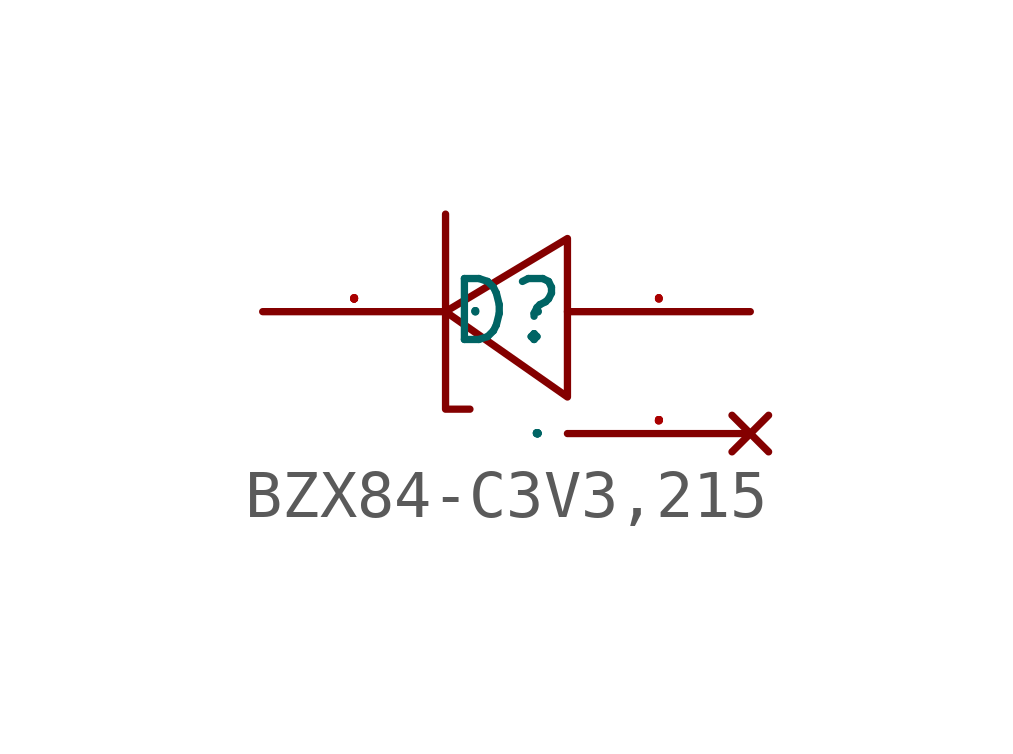
<source format=kicad_sym>
(kicad_symbol_lib
  (version 20241209)
  (generator "kicad_symbol_editor")
  (generator_version "9.0")
  (symbol "BZX84-C3V3,215"
    (property "Reference" "D"
      (at 0 0 0)
      (effects (font (size 1.27 1.27))))
    (property "Value" ""
      (at 0 0 0)
      (effects (font (size 1.27 1.27))))
    (symbol "BZX84-C3V3,215_1_0"
      (polyline (pts (xy -1.27 2.032) (xy -1.27 2.032) (xy -1.27 2.032) (xy -1.27 2.032) (xy -1.27 2.032) (xy -1.27 -2.032) (xy -1.27 -2.032) (xy -0.762 -2.032) (xy -0.762 -2.032) (xy -0.762 -2.032)) (stroke (width 0) (type default)) (fill (type none)))
      (polyline (pts (xy 1.27 1.524) (xy -1.27 0) (xy -1.27 0) (xy 1.27 -1.778) (xy 1.27 -1.778) (xy 1.27 1.524)) (stroke (width 0) (type default)) (fill (type none)))
      (pin passive line (at -5.08 0 0) (length 3.81) (name "K" (effects (font (size 0.025 0.025)))) (number "3" (effects (font (size 0.025 0.025)))))
      (pin passive line (at 5.08 0 180) (length 3.81) (name "A" (effects (font (size 0.025 0.025)))) (number "1" (effects (font (size 0.025 0.025)))))
      (pin no_connect line (at 5.08 -2.54 180) (length 3.81) (name "nc" (effects (font (size 0.025 0.025)))) (number "2" (effects (font (size 0.025 0.025))))))))
</source>
